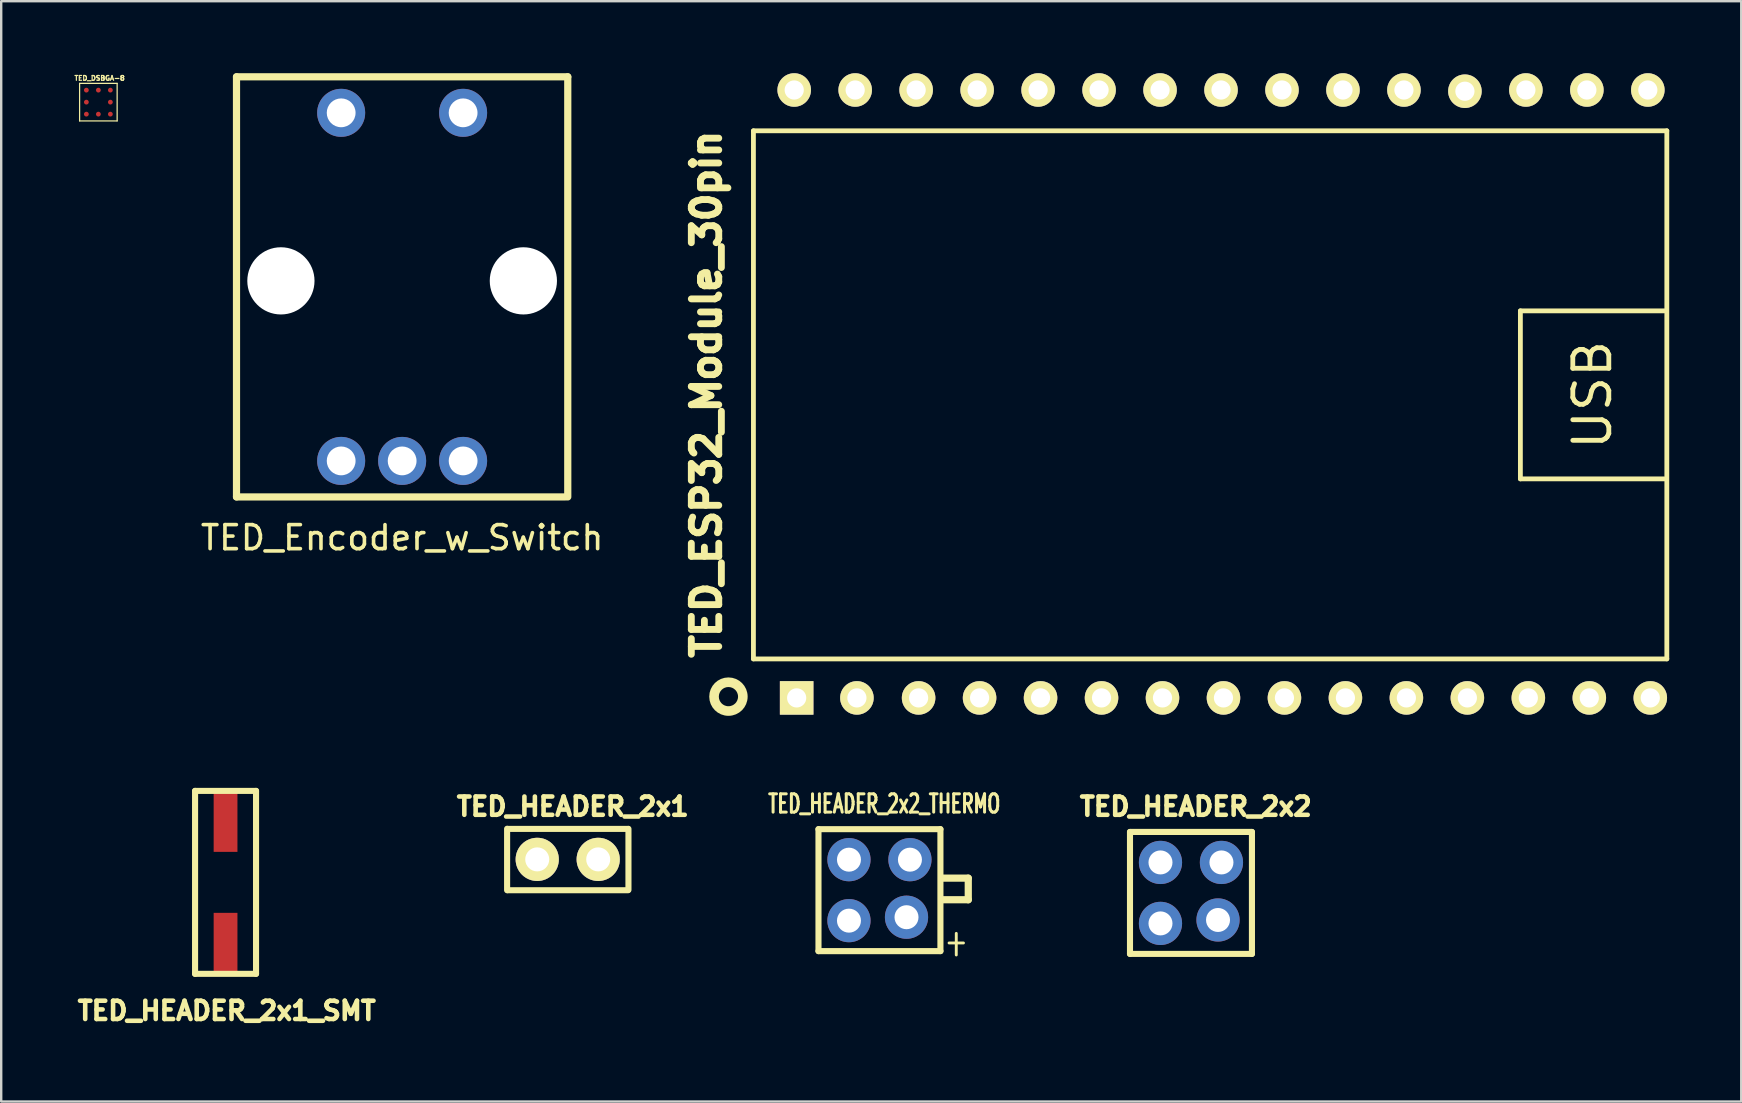
<source format=kicad_pcb>
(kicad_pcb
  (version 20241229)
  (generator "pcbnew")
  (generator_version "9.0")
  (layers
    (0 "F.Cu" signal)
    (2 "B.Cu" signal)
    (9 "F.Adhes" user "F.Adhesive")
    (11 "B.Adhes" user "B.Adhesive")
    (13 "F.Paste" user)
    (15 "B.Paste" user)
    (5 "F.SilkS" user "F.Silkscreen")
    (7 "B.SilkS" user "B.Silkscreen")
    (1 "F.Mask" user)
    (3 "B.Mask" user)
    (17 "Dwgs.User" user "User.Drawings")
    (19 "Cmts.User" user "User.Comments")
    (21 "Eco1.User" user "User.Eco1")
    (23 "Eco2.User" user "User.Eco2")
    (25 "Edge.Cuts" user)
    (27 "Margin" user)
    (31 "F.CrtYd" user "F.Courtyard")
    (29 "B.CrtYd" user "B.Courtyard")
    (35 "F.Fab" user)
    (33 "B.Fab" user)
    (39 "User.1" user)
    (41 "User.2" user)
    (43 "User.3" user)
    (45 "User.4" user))
  (footprint "TED_HEADER_2x1_SMT"
    (layer "F.Cu")
    (at 6.346 33.707)
    (property "Reference" "TED_HEADER_2x1_SMT" (at 0.05 5.35 0) (layer "F.SilkS") (effects (font (size 0.762 0.762) (thickness 0.191))))
    (attr through_hole)
    (fp_line (start -1.27 3.81) (end -1.27 -3.81) (stroke (width 0.254) (type solid)) (layer "F.SilkS"))
    (fp_line (start 1.27 -3.81) (end -1.27 -3.81) (stroke (width 0.254) (type solid)) (layer "F.SilkS"))
    (fp_line (start 1.27 -3.81) (end 1.27 3.81) (stroke (width 0.254) (type solid)) (layer "F.SilkS"))
    (fp_line (start 1.27 3.81) (end -1.27 3.81) (stroke (width 0.254) (type solid)) (layer "F.SilkS"))
    (pad "1" smd rect (at 0 2.54) (size 0.991 2.54) (layers "F.Cu" "F.Mask" "F.Paste"))
    (pad "2" smd rect (at 0 -2.54) (size 0.991 2.54) (layers "F.Cu" "F.Mask" "F.Paste")))
  (footprint "TED_Encoder_w_Switch"
    (layer "F.Cu")
    (at 13.702 8.65)
    (property "Reference" "TED_Encoder_w_Switch" (at 0 10.7 0) (layer "F.SilkS") (effects (font (size 1 1) (thickness 0.15))))
    (attr through_hole)
    (fp_line (start -6.9 -8.5) (end 6.9 -8.5) (stroke (width 0.3) (type solid)) (layer "F.SilkS"))
    (fp_line (start -6.9 9) (end -6.9 -8.5) (stroke (width 0.3) (type solid)) (layer "F.SilkS"))
    (fp_line (start 6.8 9) (end -6.9 9) (stroke (width 0.3) (type solid)) (layer "F.SilkS"))
    (fp_line (start 6.9 -8.5) (end 6.9 9) (stroke (width 0.3) (type solid)) (layer "F.SilkS"))
    (pad "" np_thru_hole circle (at -5.05 0) (size 2.8 2.8) (drill 2.8) (layers "*.Cu" "*.Mask"))
    (pad "" np_thru_hole circle (at 5.05 0) (size 2.8 2.8) (drill 2.8) (layers "*.Cu" "*.Mask"))
    (pad "1" thru_hole circle (at -2.54 7.5) (size 2 2) (drill 1.2) (layers "*.Cu" "*.Mask"))
    (pad "2" thru_hole circle (at 0 7.5) (size 2 2) (drill 1.2) (layers "*.Cu" "*.Mask"))
    (pad "3" thru_hole circle (at 2.54 7.5) (size 2 2) (drill 1.2) (layers "*.Cu" "*.Mask"))
    (pad "4" thru_hole circle (at -2.54 -7) (size 2 2) (drill 1.2) (layers "*.Cu" "*.Mask"))
    (pad "5" thru_hole circle (at 2.54 -7) (size 2 2) (drill 1.2) (layers "*.Cu" "*.Mask")))
  (footprint "TED_HEADER_2x1"
    (layer "F.Cu")
    (at 20.61 32.75)
    (property "Reference" "TED_HEADER_2x1" (at 0.2 -2.2 0) (layer "F.SilkS") (effects (font (size 0.762 0.762) (thickness 0.191))))
    (attr through_hole)
    (fp_line (start -2.535 1.285) (end -2.535 -1.275) (stroke (width 0.254) (type solid)) (layer "F.SilkS"))
    (fp_line (start 2.5 -1.27) (end -2.5 -1.27) (stroke (width 0.254) (type solid)) (layer "F.SilkS"))
    (fp_line (start 2.5 1.285) (end -2.5 1.285) (stroke (width 0.254) (type solid)) (layer "F.SilkS"))
    (fp_line (start 2.52 -1.27) (end 2.52 1.27) (stroke (width 0.254) (type solid)) (layer "F.SilkS"))
    (pad "1" thru_hole circle (at -1.28 0) (size 1.8 1.8) (drill 1) (layers "*.Cu" "*.Mask" "F.SilkS"))
    (pad "2" thru_hole circle (at 1.26 0) (size 1.8 1.8) (drill 1) (layers "*.Cu" "*.Mask" "F.SilkS")))
  (footprint "TED_ESP32_Module_30pin"
    (layer "F.Cu")
    (at 42.786 13.399)
    (property "Reference" "TED_ESP32_Module_30pin" (at -16.408 -0.025 90) (layer "F.SilkS") (effects (font (size 1.143 1.143) (thickness 0.286))))
    (attr through_hole)
    (fp_line (start -14.45 -11) (end 23.6 -11) (stroke (width 0.2) (type solid)) (layer "F.SilkS"))
    (fp_line (start -14.45 11) (end -14.45 -11) (stroke (width 0.2) (type solid)) (layer "F.SilkS"))
    (fp_line (start 17.5 -3.5) (end 17.5 3.5) (stroke (width 0.2) (type solid)) (layer "F.SilkS"))
    (fp_line (start 17.5 3.5) (end 23.5 3.5) (stroke (width 0.2) (type solid)) (layer "F.SilkS"))
    (fp_line (start 23.5 -3.5) (end 17.5 -3.5) (stroke (width 0.2) (type solid)) (layer "F.SilkS"))
    (fp_line (start 23.6 -11) (end 23.6 11) (stroke (width 0.2) (type solid)) (layer "F.SilkS"))
    (fp_line (start 23.6 11) (end -14.45 11) (stroke (width 0.2) (type solid)) (layer "F.SilkS"))
    (fp_circle (center -15.491 12.571) (end -14.891 12.571) (stroke (width 0.4) (type solid)) (fill no) (layer "F.SilkS"))
    (fp_text user "USB" (at 20.5 0 90) (layer "F.SilkS") (effects (font (size 1.5 1.5) (thickness 0.2))))
    (pad "1" thru_hole rect (at -12.649 12.624) (size 1.397 1.397) (drill 0.8) (layers "*.Cu" "*.Mask" "F.SilkS"))
    (pad "2" thru_hole circle (at -10.139 12.624) (size 1.397 1.397) (drill 0.8) (layers "*.Cu" "*.Mask" "F.SilkS"))
    (pad "3" thru_hole circle (at -7.569 12.624) (size 1.397 1.397) (drill 0.8) (layers "*.Cu" "*.Mask" "F.SilkS"))
    (pad "4" thru_hole circle (at -5.029 12.624) (size 1.397 1.397) (drill 0.8) (layers "*.Cu" "*.Mask" "F.SilkS"))
    (pad "5" thru_hole circle (at -2.489 12.624) (size 1.397 1.397) (drill 0.8) (layers "*.Cu" "*.Mask" "F.SilkS"))
    (pad "6" thru_hole circle (at 0.051 12.624) (size 1.397 1.397) (drill 0.8) (layers "*.Cu" "*.Mask" "F.SilkS"))
    (pad "7" thru_hole circle (at 2.591 12.624) (size 1.397 1.397) (drill 0.8) (layers "*.Cu" "*.Mask" "F.SilkS"))
    (pad "8" thru_hole circle (at 5.131 12.624) (size 1.397 1.397) (drill 0.8) (layers "*.Cu" "*.Mask" "F.SilkS"))
    (pad "9" thru_hole circle (at 7.671 12.624) (size 1.397 1.397) (drill 0.8) (layers "*.Cu" "*.Mask" "F.SilkS"))
    (pad "10" thru_hole circle (at 10.211 12.624) (size 1.397 1.397) (drill 0.8) (layers "*.Cu" "*.Mask" "F.SilkS"))
    (pad "11" thru_hole circle (at 12.751 12.624) (size 1.397 1.397) (drill 0.8) (layers "*.Cu" "*.Mask" "F.SilkS"))
    (pad "12" thru_hole circle (at 15.291 12.624) (size 1.397 1.397) (drill 0.8) (layers "*.Cu" "*.Mask" "F.SilkS"))
    (pad "13" thru_hole circle (at 17.831 12.624) (size 1.397 1.397) (drill 0.8) (layers "*.Cu" "*.Mask" "F.SilkS"))
    (pad "14" thru_hole circle (at 20.371 12.624) (size 1.397 1.397) (drill 0.8) (layers "*.Cu" "*.Mask" "F.SilkS"))
    (pad "15" thru_hole circle (at 22.911 12.624) (size 1.397 1.397) (drill 0.8) (layers "*.Cu" "*.Mask" "F.SilkS"))
    (pad "16" thru_hole circle (at 22.809 -12.7) (size 1.397 1.397) (drill 0.8) (layers "*.Cu" "*.Mask" "F.SilkS"))
    (pad "17" thru_hole circle (at 20.269 -12.7) (size 1.397 1.397) (drill 0.8) (layers "*.Cu" "*.Mask" "F.SilkS"))
    (pad "18" thru_hole circle (at 17.729 -12.7) (size 1.397 1.397) (drill 0.8) (layers "*.Cu" "*.Mask" "F.SilkS"))
    (pad "19" thru_hole circle (at 15.189 -12.649) (size 1.397 1.397) (drill 0.8) (layers "*.Cu" "*.Mask" "F.SilkS"))
    (pad "20" thru_hole circle (at 12.649 -12.7) (size 1.397 1.397) (drill 0.8) (layers "*.Cu" "*.Mask" "F.SilkS"))
    (pad "21" thru_hole circle (at 10.109 -12.7) (size 1.397 1.397) (drill 0.8) (layers "*.Cu" "*.Mask" "F.SilkS"))
    (pad "22" thru_hole circle (at 7.569 -12.7) (size 1.397 1.397) (drill 0.8) (layers "*.Cu" "*.Mask" "F.SilkS"))
    (pad "23" thru_hole circle (at 5.029 -12.7) (size 1.397 1.397) (drill 0.8) (layers "*.Cu" "*.Mask" "F.SilkS"))
    (pad "24" thru_hole circle (at 2.489 -12.7) (size 1.397 1.397) (drill 0.8) (layers "*.Cu" "*.Mask" "F.SilkS"))
    (pad "25" thru_hole circle (at -0.051 -12.7) (size 1.397 1.397) (drill 0.8) (layers "*.Cu" "*.Mask" "F.SilkS"))
    (pad "26" thru_hole circle (at -2.591 -12.7) (size 1.397 1.397) (drill 0.8) (layers "*.Cu" "*.Mask" "F.SilkS"))
    (pad "27" thru_hole circle (at -5.131 -12.7) (size 1.397 1.397) (drill 0.8) (layers "*.Cu" "*.Mask" "F.SilkS"))
    (pad "28" thru_hole circle (at -7.671 -12.7) (size 1.397 1.397) (drill 0.8) (layers "*.Cu" "*.Mask" "F.SilkS"))
    (pad "29" thru_hole circle (at -10.211 -12.7) (size 1.397 1.397) (drill 0.8) (layers "*.Cu" "*.Mask" "F.SilkS"))
    (pad "30" thru_hole circle (at -12.751 -12.7) (size 1.397 1.397) (drill 0.8) (layers "*.Cu" "*.Mask" "F.SilkS")))
  (footprint "TED_HEADER_2x2_THERMO"
    (layer "F.Cu")
    (at 33.586 34.032)
    (property "Reference" "TED_HEADER_2x2_THERMO" (at 0.2 -3.597 0) (layer "F.SilkS") (effects (font (size 0.762 0.5) (thickness 0.125))))
    (attr through_hole)
    (fp_line (start -2.54 2.54) (end -2.54 -2.54) (stroke (width 0.254) (type solid)) (layer "F.SilkS"))
    (fp_line (start 2.54 -2.54) (end -2.54 -2.54) (stroke (width 0.254) (type solid)) (layer "F.SilkS"))
    (fp_line (start 2.54 -2.54) (end 2.54 2.54) (stroke (width 0.254) (type solid)) (layer "F.SilkS"))
    (fp_line (start 2.54 2.54) (end -2.54 2.54) (stroke (width 0.254) (type solid)) (layer "F.SilkS"))
    (fp_line (start 2.6 -0.5) (end 3.7 -0.5) (stroke (width 0.3) (type solid)) (layer "F.SilkS"))
    (fp_line (start 2.9 2.2) (end 3.5 2.2) (stroke (width 0.12) (type solid)) (layer "F.SilkS"))
    (fp_line (start 3.2 1.8) (end 3.2 2.7) (stroke (width 0.12) (type solid)) (layer "F.SilkS"))
    (fp_line (start 3.7 -0.5) (end 3.7 0.4) (stroke (width 0.3) (type solid)) (layer "F.SilkS"))
    (fp_line (start 3.7 0.4) (end 2.6 0.4) (stroke (width 0.3) (type solid)) (layer "F.SilkS"))
    (pad "1" thru_hole circle (at 1.27 -1.27) (size 1.8 1.8) (drill 1) (layers "*.Cu" "*.Mask"))
    (pad "2" thru_hole circle (at -1.27 -1.27) (size 1.8 1.8) (drill 1) (layers "*.Cu" "*.Mask"))
    (pad "3" thru_hole circle (at -1.27 1.27) (size 1.8 1.8) (drill 1) (layers "*.Cu" "*.Mask"))
    (pad "4" thru_hole circle (at 1.127 1.127) (size 1.8 1.8) (drill 1) (layers "*.Cu" "*.Mask")))
  (footprint "TED_DSBGA-8"
    (layer "F.Cu")
    (at 1.048 1.205)
    (property "Reference" "TED_DSBGA-8" (at 0.05 -1 0) (layer "F.SilkS") (effects (font (size 0.2 0.2) (thickness 0.05))))
    (attr through_hole)
    (fp_line (start -0.782 -0.782) (end 0.782 -0.782) (stroke (width 0.051) (type solid)) (layer "F.SilkS"))
    (fp_line (start -0.782 0.782) (end -0.782 -0.782) (stroke (width 0.051) (type solid)) (layer "F.SilkS"))
    (fp_line (start 0.782 -0.782) (end 0.782 0.782) (stroke (width 0.051) (type solid)) (layer "F.SilkS"))
    (fp_line (start 0.782 0.782) (end -0.782 0.782) (stroke (width 0.051) (type solid)) (layer "F.SilkS"))
    (pad "A1" smd circle (at -0.5 -0.5) (size 0.2 0.2) (layers "F.Cu" "F.Mask" "F.Paste"))
    (pad "A2" smd circle (at 0 -0.5) (size 0.2 0.2) (layers "F.Cu" "F.Mask" "F.Paste"))
    (pad "A3" smd circle (at 0.5 -0.5) (size 0.2 0.2) (layers "F.Cu" "F.Mask" "F.Paste"))
    (pad "B1" smd circle (at -0.5 0) (size 0.2 0.2) (layers "F.Cu" "F.Mask" "F.Paste"))
    (pad "B3" smd circle (at 0.5 0) (size 0.2 0.2) (layers "F.Cu" "F.Mask" "F.Paste"))
    (pad "C1" smd circle (at -0.5 0.5) (size 0.2 0.2) (layers "F.Cu" "F.Mask" "F.Paste"))
    (pad "C2" smd circle (at 0 0.5) (size 0.2 0.2) (layers "F.Cu" "F.Mask" "F.Paste"))
    (pad "C3" smd circle (at 0.5 0.5) (size 0.2 0.2) (layers "F.Cu" "F.Mask" "F.Paste")))
  (footprint "TED_HEADER_2x2"
    (layer "F.Cu")
    (at 46.563 34.147)
    (property "Reference" "TED_HEADER_2x2" (at 0.2 -3.597 0) (layer "F.SilkS") (effects (font (size 0.762 0.762) (thickness 0.191))))
    (attr through_hole)
    (fp_line (start -2.54 2.54) (end -2.54 -2.54) (stroke (width 0.254) (type solid)) (layer "F.SilkS"))
    (fp_line (start 2.54 -2.54) (end -2.54 -2.54) (stroke (width 0.254) (type solid)) (layer "F.SilkS"))
    (fp_line (start 2.54 -2.54) (end 2.54 2.54) (stroke (width 0.254) (type solid)) (layer "F.SilkS"))
    (fp_line (start 2.54 2.54) (end -2.54 2.54) (stroke (width 0.254) (type solid)) (layer "F.SilkS"))
    (pad "1" thru_hole circle (at -1.27 1.27) (size 1.8 1.8) (drill 1) (layers "*.Cu" "*.Mask"))
    (pad "2" thru_hole circle (at -1.27 -1.27) (size 1.8 1.8) (drill 1) (layers "*.Cu" "*.Mask"))
    (pad "3" thru_hole circle (at 1.127 1.127) (size 1.8 1.8) (drill 1) (layers "*.Cu" "*.Mask"))
    (pad "4" thru_hole circle (at 1.27 -1.27) (size 1.8 1.8) (drill 1) (layers "*.Cu" "*.Mask")))
  (gr_rect
    (start -3 -3)
    (end 69.486 42.837)
    (stroke (width 0.1) (type default))
    (fill no)
    (layer "Edge.Cuts")))
</source>
